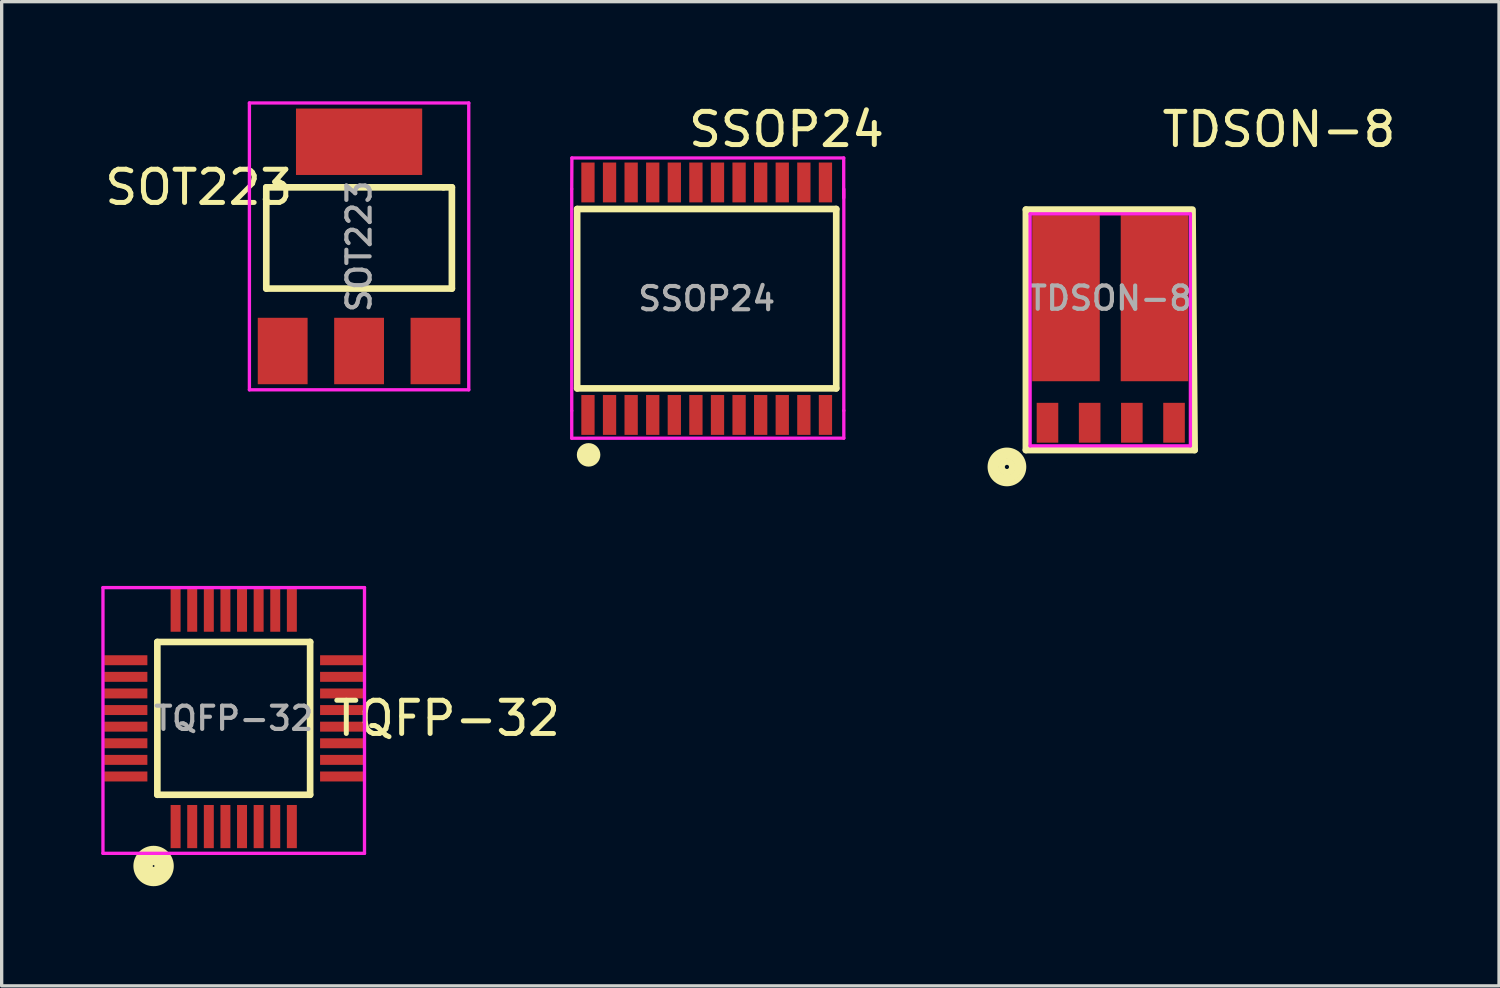
<source format=kicad_pcb>
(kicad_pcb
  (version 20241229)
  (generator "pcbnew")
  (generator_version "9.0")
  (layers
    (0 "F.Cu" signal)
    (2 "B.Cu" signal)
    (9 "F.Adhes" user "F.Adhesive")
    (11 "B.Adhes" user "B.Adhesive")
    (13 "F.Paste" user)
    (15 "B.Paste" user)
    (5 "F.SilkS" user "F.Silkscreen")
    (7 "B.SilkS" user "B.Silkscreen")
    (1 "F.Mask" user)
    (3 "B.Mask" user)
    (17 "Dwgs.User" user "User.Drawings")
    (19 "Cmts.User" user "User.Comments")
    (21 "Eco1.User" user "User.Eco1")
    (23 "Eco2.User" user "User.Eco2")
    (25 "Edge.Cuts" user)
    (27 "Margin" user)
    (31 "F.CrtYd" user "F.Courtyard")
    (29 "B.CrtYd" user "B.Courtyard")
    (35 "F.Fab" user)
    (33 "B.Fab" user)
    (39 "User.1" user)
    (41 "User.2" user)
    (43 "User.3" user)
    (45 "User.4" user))
  (footprint "TDSON-8"
    (layer "F.Cu")
    (at 30.377 5.928)
    (property "Reference" "TDSON-8" (at 5.08 -5.08 0) (layer "F.SilkS") (effects (font (size 1 1) (thickness 0.15))))
    (attr through_hole)
    (fp_line (start -2.54 -2.667) (end -2.54 4.572) (stroke (width 0.2) (type solid)) (layer "F.SilkS"))
    (fp_line (start -2.54 4.572) (end 2.54 4.572) (stroke (width 0.2) (type solid)) (layer "F.SilkS"))
    (fp_line (start 2.413 -2.667) (end -2.54 -2.667) (stroke (width 0.2) (type solid)) (layer "F.SilkS"))
    (fp_line (start 2.54 4.572) (end 2.477 -2.667) (stroke (width 0.2) (type solid)) (layer "F.SilkS"))
    (fp_circle (center -3.111 5.08) (end -3.048 5.08) (stroke (width 0.15) (type solid)) (fill no) (layer "F.SilkS"))
    (fp_circle (center -3.111 5.08) (end -2.921 5.08) (stroke (width 0.15) (type solid)) (fill no) (layer "F.SilkS"))
    (fp_circle (center -3.111 5.08) (end -2.794 5.08) (stroke (width 0.15) (type solid)) (fill no) (layer "F.SilkS"))
    (fp_circle (center -3.111 5.08) (end -2.731 5.144) (stroke (width 0.15) (type solid)) (fill no) (layer "F.SilkS"))
    (fp_circle (center -3.111 5.08) (end -2.603 5.08) (stroke (width 0.15) (type solid)) (fill no) (layer "F.SilkS"))
    (fp_line (start -2.413 -2.54) (end -2.413 4.445) (stroke (width 0.1) (type solid)) (layer "F.CrtYd"))
    (fp_line (start -2.413 4.445) (end 2.413 4.445) (stroke (width 0.1) (type solid)) (layer "F.CrtYd"))
    (fp_line (start 2.413 -2.54) (end -2.413 -2.54) (stroke (width 0.1) (type solid)) (layer "F.CrtYd"))
    (fp_line (start 2.413 4.445) (end 2.413 -2.54) (stroke (width 0.1) (type solid)) (layer "F.CrtYd"))
    (fp_text user "${REFERENCE}" (at 0 0 0) (layer "F.Fab") (effects (font (size 0.7 0.7) (thickness 0.125))))
    (pad "1" smd rect (at -1.89 3.75) (size 0.65 1.2) (layers "F.Cu" "F.Mask" "F.Paste"))
    (pad "2" smd rect (at -0.62 3.75) (size 0.65 1.2) (layers "F.Cu" "F.Mask" "F.Paste"))
    (pad "3" smd rect (at 0.65 3.75) (size 0.65 1.2) (layers "F.Cu" "F.Mask" "F.Paste"))
    (pad "3" smd rect (at 1.92 3.75) (size 0.65 1.2) (layers "F.Cu" "F.Mask" "F.Paste"))
    (pad "5" smd rect (at 1.333 0) (size 2.035 5) (layers "F.Cu" "F.Mask" "F.Paste"))
    (pad "6" smd rect (at -1.333 0) (size 2.035 5) (layers "F.Cu" "F.Mask" "F.Paste")))
  (footprint "TQFP-32"
    (layer "F.Cu")
    (at 3.987 18.578)
    (property "Reference" "TQFP-32" (at 6.413 0 0) (layer "F.SilkS") (effects (font (size 1 1) (thickness 0.15))))
    (attr through_hole)
    (fp_line (start -2.3 -2.3) (end 2.3 -2.3) (stroke (width 0.2) (type solid)) (layer "F.SilkS"))
    (fp_line (start -2.3 2.3) (end -2.3 -2.3) (stroke (width 0.2) (type solid)) (layer "F.SilkS"))
    (fp_line (start 2.3 -2.3) (end 2.3 2.3) (stroke (width 0.2) (type solid)) (layer "F.SilkS"))
    (fp_line (start 2.3 2.3) (end -2.3 2.3) (stroke (width 0.2) (type solid)) (layer "F.SilkS"))
    (fp_circle (center -2.413 4.445) (end -2.349 4.445) (stroke (width 0.2) (type solid)) (fill no) (layer "F.SilkS"))
    (fp_circle (center -2.413 4.445) (end -2.286 4.445) (stroke (width 0.2) (type solid)) (fill no) (layer "F.SilkS"))
    (fp_circle (center -2.413 4.445) (end -2.159 4.445) (stroke (width 0.2) (type solid)) (fill no) (layer "F.SilkS"))
    (fp_circle (center -2.413 4.445) (end -2.032 4.445) (stroke (width 0.2) (type solid)) (fill no) (layer "F.SilkS"))
    (fp_circle (center -2.413 4.445) (end -1.905 4.445) (stroke (width 0.2) (type solid)) (fill no) (layer "F.SilkS"))
    (fp_line (start -3.937 -3.937) (end 3.937 -3.937) (stroke (width 0.1) (type solid)) (layer "F.CrtYd"))
    (fp_line (start -3.937 4.064) (end -3.937 -3.937) (stroke (width 0.1) (type solid)) (layer "F.CrtYd"))
    (fp_line (start 3.937 -3.937) (end 3.937 4.064) (stroke (width 0.1) (type solid)) (layer "F.CrtYd"))
    (fp_line (start 3.937 4.064) (end -3.937 4.064) (stroke (width 0.1) (type solid)) (layer "F.CrtYd"))
    (fp_text user "${REFERENCE}" (at 0 0 0) (layer "F.Fab") (effects (font (size 0.7 0.7) (thickness 0.125))))
    (pad "1" smd rect (at -1.75 3.258) (size 0.3 1.3) (layers "F.Cu" "F.Mask" "F.Paste"))
    (pad "2" smd rect (at -1.25 3.258) (size 0.3 1.3) (layers "F.Cu" "F.Mask" "F.Paste"))
    (pad "3" smd rect (at -0.75 3.258) (size 0.3 1.3) (layers "F.Cu" "F.Mask" "F.Paste"))
    (pad "4" smd rect (at -0.25 3.258) (size 0.3 1.3) (layers "F.Cu" "F.Mask" "F.Paste"))
    (pad "5" smd rect (at 0.25 3.258) (size 0.3 1.3) (layers "F.Cu" "F.Mask" "F.Paste"))
    (pad "6" smd rect (at 0.75 3.258) (size 0.3 1.3) (layers "F.Cu" "F.Mask" "F.Paste"))
    (pad "7" smd rect (at 1.25 3.258) (size 0.3 1.3) (layers "F.Cu" "F.Mask" "F.Paste"))
    (pad "8" smd rect (at 1.75 3.258) (size 0.3 1.3) (layers "F.Cu" "F.Mask" "F.Paste"))
    (pad "9" smd rect (at 3.25 1.75) (size 1.3 0.3) (layers "F.Cu" "F.Mask" "F.Paste"))
    (pad "10" smd rect (at 3.25 1.25) (size 1.3 0.3) (layers "F.Cu" "F.Mask" "F.Paste"))
    (pad "11" smd rect (at 3.25 0.75) (size 1.3 0.3) (layers "F.Cu" "F.Mask" "F.Paste"))
    (pad "12" smd rect (at 3.25 0.25) (size 1.3 0.3) (layers "F.Cu" "F.Mask" "F.Paste"))
    (pad "13" smd rect (at 3.25 -0.25) (size 1.3 0.3) (layers "F.Cu" "F.Mask" "F.Paste"))
    (pad "14" smd rect (at 3.25 -0.75) (size 1.3 0.3) (layers "F.Cu" "F.Mask" "F.Paste"))
    (pad "15" smd rect (at 3.25 -1.25) (size 1.3 0.3) (layers "F.Cu" "F.Mask" "F.Paste"))
    (pad "16" smd rect (at 3.25 -1.75) (size 1.3 0.3) (layers "F.Cu" "F.Mask" "F.Paste"))
    (pad "17" smd rect (at 1.75 -3.258) (size 0.3 1.3) (layers "F.Cu" "F.Mask" "F.Paste"))
    (pad "18" smd rect (at 1.25 -3.258) (size 0.3 1.3) (layers "F.Cu" "F.Mask" "F.Paste"))
    (pad "19" smd rect (at 0.75 -3.258) (size 0.3 1.3) (layers "F.Cu" "F.Mask" "F.Paste"))
    (pad "20" smd rect (at 0.25 -3.258) (size 0.3 1.3) (layers "F.Cu" "F.Mask" "F.Paste"))
    (pad "21" smd rect (at -0.25 -3.258) (size 0.3 1.3) (layers "F.Cu" "F.Mask" "F.Paste"))
    (pad "22" smd rect (at -0.75 -3.258) (size 0.3 1.3) (layers "F.Cu" "F.Mask" "F.Paste"))
    (pad "23" smd rect (at -1.25 -3.258) (size 0.3 1.3) (layers "F.Cu" "F.Mask" "F.Paste"))
    (pad "24" smd rect (at -1.75 -3.258) (size 0.3 1.3) (layers "F.Cu" "F.Mask" "F.Paste"))
    (pad "25" smd rect (at -3.25 -1.75) (size 1.3 0.3) (layers "F.Cu" "F.Mask" "F.Paste"))
    (pad "26" smd rect (at -3.25 -1.25) (size 1.3 0.3) (layers "F.Cu" "F.Mask" "F.Paste"))
    (pad "27" smd rect (at -3.25 -0.75) (size 1.3 0.3) (layers "F.Cu" "F.Mask" "F.Paste"))
    (pad "28" smd rect (at -3.25 -0.25) (size 1.3 0.3) (layers "F.Cu" "F.Mask" "F.Paste"))
    (pad "29" smd rect (at -3.25 0.25) (size 1.3 0.3) (layers "F.Cu" "F.Mask" "F.Paste"))
    (pad "30" smd rect (at -3.25 0.75) (size 1.3 0.3) (layers "F.Cu" "F.Mask" "F.Paste"))
    (pad "31" smd rect (at -3.25 1.25) (size 1.3 0.3) (layers "F.Cu" "F.Mask" "F.Paste"))
    (pad "32" smd rect (at -3.25 1.75) (size 1.3 0.3) (layers "F.Cu" "F.Mask" "F.Paste")))
  (footprint "SOT223"
    (placed yes)
    (layer "F.Cu")
    (at 7.761 4.368)
    (property "Reference" "SOT223" (at -4.826 -1.778 180) (layer "F.SilkS") (effects (font (size 1 1) (thickness 0.15))))
    (attr through_hole)
    (fp_line (start -2.794 -1.778) (end 2.54 -1.778) (stroke (width 0.2) (type solid)) (layer "F.SilkS"))
    (fp_line (start -2.794 1.27) (end -2.794 -1.778) (stroke (width 0.2) (type solid)) (layer "F.SilkS"))
    (fp_line (start 2.54 -1.778) (end 2.794 -1.778) (stroke (width 0.2) (type solid)) (layer "F.SilkS"))
    (fp_line (start 2.794 -1.778) (end 2.794 1.27) (stroke (width 0.2) (type solid)) (layer "F.SilkS"))
    (fp_line (start 2.794 1.27) (end -2.794 1.27) (stroke (width 0.2) (type solid)) (layer "F.SilkS"))
    (fp_line (start -3.302 -4.318) (end 3.302 -4.318) (stroke (width 0.1) (type solid)) (layer "F.CrtYd"))
    (fp_line (start -3.302 4.318) (end -3.302 -4.318) (stroke (width 0.1) (type solid)) (layer "F.CrtYd"))
    (fp_line (start 3.302 -4.318) (end 3.302 4.318) (stroke (width 0.1) (type solid)) (layer "F.CrtYd"))
    (fp_line (start 3.302 4.318) (end -3.302 4.318) (stroke (width 0.1) (type solid)) (layer "F.CrtYd"))
    (fp_text user "${REFERENCE}" (at 0 0 90) (layer "F.Fab") (effects (font (size 0.7 0.7) (thickness 0.125))))
    (pad "1" smd rect (at -2.3 3.15) (size 1.5 2) (layers "F.Cu" "F.Mask" "F.Paste"))
    (pad "2" smd rect (at 0 -3.15) (size 3.8 2) (layers "F.Cu" "F.Mask" "F.Paste"))
    (pad "2" smd rect (at 0 3.15) (size 1.5 2) (layers "F.Cu" "F.Mask" "F.Paste"))
    (pad "3" smd rect (at 2.3 3.15) (size 1.5 2) (layers "F.Cu" "F.Mask" "F.Paste")))
  (footprint "SSOP24"
    (placed yes)
    (layer "F.Cu")
    (at 18.227 5.943)
    (property "Reference" "SSOP24" (at 2.403 -5.095 0) (layer "F.SilkS") (effects (font (size 1 1) (thickness 0.15))))
    (attr through_hole)
    (fp_line (start -3.9 -2.7) (end 3.9 -2.7) (stroke (width 0.2) (type solid)) (layer "F.SilkS"))
    (fp_line (start -3.9 2.7) (end -3.9 -2.7) (stroke (width 0.2) (type solid)) (layer "F.SilkS"))
    (fp_line (start -3.683 4.702) (end -3.429 4.702) (stroke (width 0.2) (type solid)) (layer "F.SilkS"))
    (fp_line (start 3.9 -2.7) (end 3.9 2.7) (stroke (width 0.2) (type solid)) (layer "F.SilkS"))
    (fp_line (start 3.9 2.7) (end -3.9 2.7) (stroke (width 0.2) (type solid)) (layer "F.SilkS"))
    (fp_circle (center -3.556 4.702) (end -3.429 4.702) (stroke (width 0.2) (type solid)) (fill no) (layer "F.SilkS"))
    (fp_circle (center -3.556 4.702) (end -3.302 4.702) (stroke (width 0.2) (type solid)) (fill no) (layer "F.SilkS"))
    (fp_line (start -4.064 -3.299) (end -4.064 3.369) (stroke (width 0.1) (type solid)) (layer "F.CrtYd"))
    (fp_line (start -4.064 -3.307) (end -4.059 -4.237) (stroke (width 0.1) (type solid)) (layer "F.CrtYd"))
    (fp_line (start -4.064 4.201) (end -4.064 3.378) (stroke (width 0.1) (type solid)) (layer "F.CrtYd"))
    (fp_line (start -4.059 -4.237) (end 4.125 -4.237) (stroke (width 0.1) (type solid)) (layer "F.CrtYd"))
    (fp_line (start 4.125 -4.237) (end 4.125 -3.038) (stroke (width 0.1) (type solid)) (layer "F.CrtYd"))
    (fp_line (start 4.128 3.369) (end 4.128 -3.299) (stroke (width 0.1) (type solid)) (layer "F.CrtYd"))
    (fp_line (start 4.128 3.368) (end 4.128 4.199) (stroke (width 0.1) (type solid)) (layer "F.CrtYd"))
    (fp_line (start 4.128 4.199) (end -4.064 4.201) (stroke (width 0.1) (type solid)) (layer "F.CrtYd"))
    (fp_text user "${REFERENCE}" (at 0 0 0) (layer "F.Fab") (effects (font (size 0.7 0.7) (thickness 0.125))))
    (pad "1" smd rect (at -3.575 3.5) (size 0.4 1.2) (layers "F.Cu" "F.Mask" "F.Paste"))
    (pad "2" smd rect (at -2.925 3.5) (size 0.4 1.2) (layers "F.Cu" "F.Mask" "F.Paste"))
    (pad "3" smd rect (at -2.275 3.5) (size 0.4 1.2) (layers "F.Cu" "F.Mask" "F.Paste"))
    (pad "4" smd rect (at -1.625 3.5) (size 0.4 1.2) (layers "F.Cu" "F.Mask" "F.Paste"))
    (pad "5" smd rect (at -0.975 3.5) (size 0.4 1.2) (layers "F.Cu" "F.Mask" "F.Paste"))
    (pad "6" smd rect (at -0.325 3.5) (size 0.4 1.2) (layers "F.Cu" "F.Mask" "F.Paste"))
    (pad "7" smd rect (at 0.325 3.5) (size 0.4 1.2) (layers "F.Cu" "F.Mask" "F.Paste"))
    (pad "8" smd rect (at 0.975 3.5) (size 0.4 1.2) (layers "F.Cu" "F.Mask" "F.Paste"))
    (pad "9" smd rect (at 1.625 3.5) (size 0.4 1.2) (layers "F.Cu" "F.Mask" "F.Paste"))
    (pad "10" smd rect (at 2.275 3.5) (size 0.4 1.2) (layers "F.Cu" "F.Mask" "F.Paste"))
    (pad "11" smd rect (at 2.925 3.5) (size 0.4 1.2) (layers "F.Cu" "F.Mask" "F.Paste"))
    (pad "12" smd rect (at 3.575 3.5) (size 0.4 1.2) (layers "F.Cu" "F.Mask" "F.Paste"))
    (pad "13" smd rect (at 3.575 -3.5) (size 0.4 1.2) (layers "F.Cu" "F.Mask" "F.Paste"))
    (pad "14" smd rect (at 2.925 -3.5) (size 0.4 1.2) (layers "F.Cu" "F.Mask" "F.Paste"))
    (pad "15" smd rect (at 2.275 -3.5) (size 0.4 1.2) (layers "F.Cu" "F.Mask" "F.Paste"))
    (pad "16" smd rect (at 1.625 -3.5) (size 0.4 1.2) (layers "F.Cu" "F.Mask" "F.Paste"))
    (pad "17" smd rect (at 0.975 -3.5) (size 0.4 1.2) (layers "F.Cu" "F.Mask" "F.Paste"))
    (pad "18" smd rect (at 0.325 -3.5) (size 0.4 1.2) (layers "F.Cu" "F.Mask" "F.Paste"))
    (pad "19" smd rect (at -0.325 -3.5) (size 0.4 1.2) (layers "F.Cu" "F.Mask" "F.Paste"))
    (pad "20" smd rect (at -0.975 -3.5) (size 0.4 1.2) (layers "F.Cu" "F.Mask" "F.Paste"))
    (pad "21" smd rect (at -1.625 -3.5) (size 0.4 1.2) (layers "F.Cu" "F.Mask" "F.Paste"))
    (pad "22" smd rect (at -2.275 -3.5) (size 0.4 1.2) (layers "F.Cu" "F.Mask" "F.Paste"))
    (pad "23" smd rect (at -2.925 -3.5) (size 0.4 1.2) (layers "F.Cu" "F.Mask" "F.Paste"))
    (pad "24" smd rect (at -3.575 -3.5) (size 0.4 1.2) (layers "F.Cu" "F.Mask" "F.Paste")))
  (gr_rect
    (start -3 -3)
    (end 42.082 26.631)
    (stroke (width 0.1) (type default))
    (fill no)
    (layer "Edge.Cuts")))
</source>
